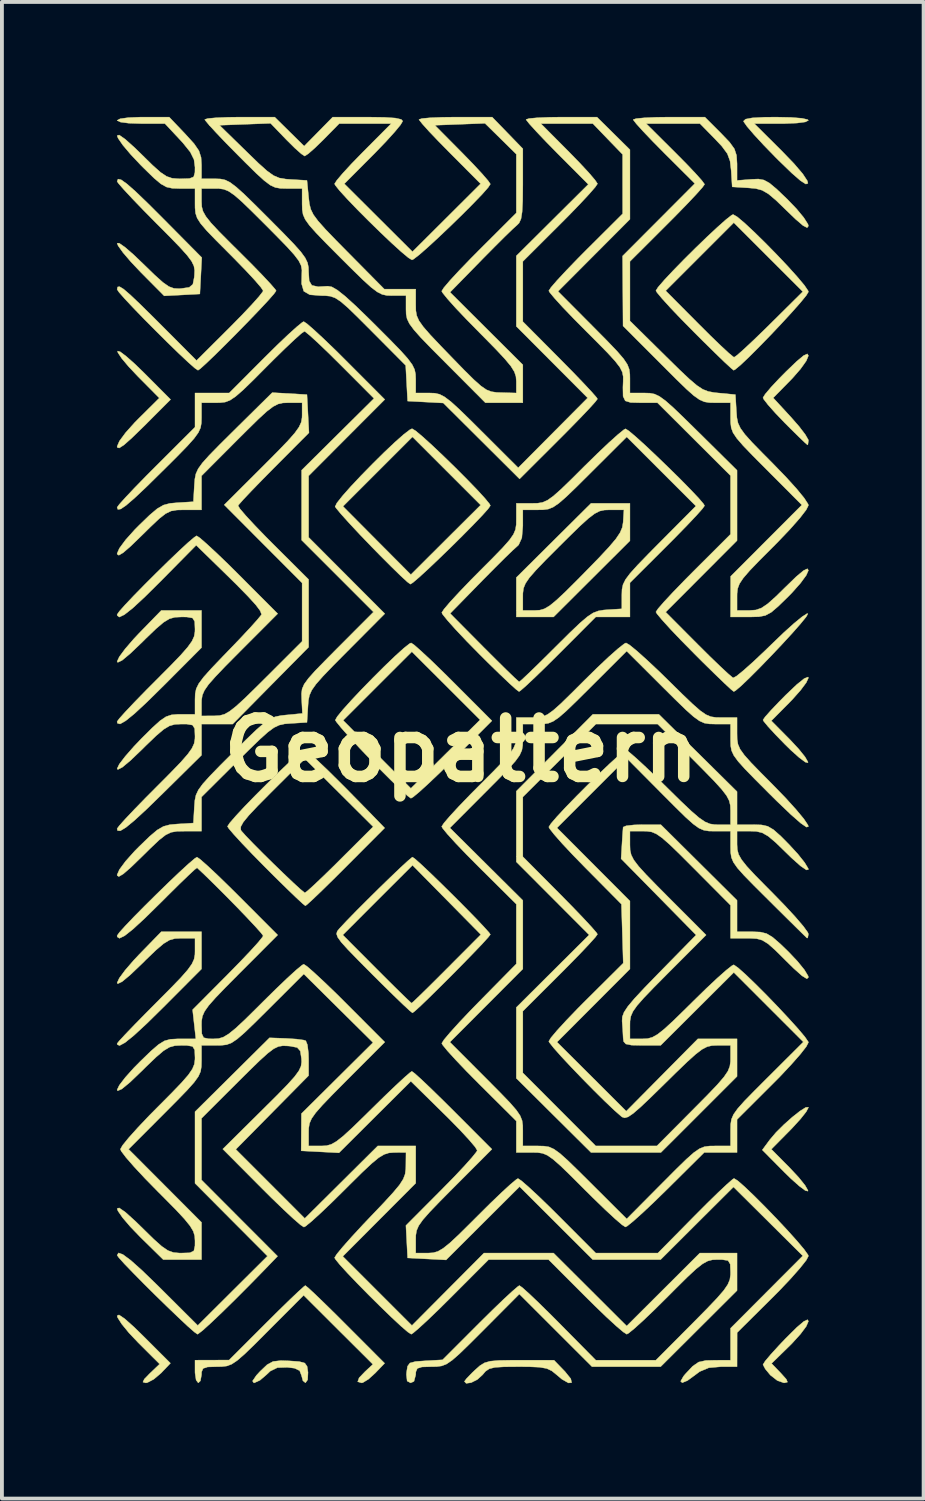
<source format=kicad_pcb>
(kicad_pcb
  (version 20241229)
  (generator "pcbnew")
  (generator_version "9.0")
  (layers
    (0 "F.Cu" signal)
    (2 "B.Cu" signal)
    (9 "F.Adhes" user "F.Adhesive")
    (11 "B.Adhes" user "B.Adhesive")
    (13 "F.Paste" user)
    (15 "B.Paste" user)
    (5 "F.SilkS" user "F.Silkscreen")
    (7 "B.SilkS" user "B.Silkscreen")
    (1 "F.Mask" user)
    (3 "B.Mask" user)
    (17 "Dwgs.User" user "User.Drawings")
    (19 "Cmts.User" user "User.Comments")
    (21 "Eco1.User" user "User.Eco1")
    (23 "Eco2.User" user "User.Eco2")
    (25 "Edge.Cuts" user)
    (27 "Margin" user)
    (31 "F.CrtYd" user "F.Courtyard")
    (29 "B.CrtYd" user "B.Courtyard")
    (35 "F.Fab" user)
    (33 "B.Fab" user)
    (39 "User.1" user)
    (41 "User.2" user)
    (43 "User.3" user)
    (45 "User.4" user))
  (footprint "Geopattern"
    (layer "F.Cu")
    (at 8.98 16.515)
    (property "Reference" "Geopattern" (at 0 0 0) (layer "F.SilkS") (effects (font (size 1.524 1.524) (thickness 0.3))))
    (attr through_hole)
    (fp_poly (pts (xy -8.777 14.836) (xy -8.524 15.062) (xy -8.279 15.302) (xy -7.584 15.997) (xy -7.829 16.254) (xy -8.019 16.415) (xy -8.19 16.504) (xy -8.228 16.51) (xy -8.302 16.489) (xy -8.265 16.41) (xy -8.123 16.264) (xy -7.865 16.018) (xy -8.42 15.465) (xy -8.665 15.206) (xy -8.854 14.975) (xy -8.961 14.807) (xy -8.975 14.76) (xy -8.926 14.736) (xy -8.777 14.836)) (stroke (width 0.01) (type solid)) (fill yes) (layer "F.SilkS"))
    (fp_poly (pts (xy -8.895 -10.389) (xy -8.735 -10.268) (xy -8.507 -10.066) (xy -8.256 -9.822) (xy -7.58 -9.143) (xy -8.277 -8.445) (xy -8.587 -8.144) (xy -8.796 -7.958) (xy -8.92 -7.878) (xy -8.971 -7.894) (xy -8.975 -7.919) (xy -8.915 -8.059) (xy -8.754 -8.277) (xy -8.515 -8.544) (xy -8.424 -8.636) (xy -7.874 -9.182) (xy -8.434 -9.747) (xy -8.674 -10.001) (xy -8.856 -10.218) (xy -8.954 -10.366) (xy -8.963 -10.407) (xy -8.895 -10.389)) (stroke (width 0.01) (type solid)) (fill yes) (layer "F.SilkS"))
    (fp_poly (pts (xy 9.059 9.327) (xy 9.003 9.434) (xy 8.854 9.623) (xy 8.64 9.858) (xy 8.575 9.925) (xy 8.091 10.414) (xy 8.585 10.913) (xy 8.809 11.154) (xy 8.971 11.356) (xy 9.046 11.487) (xy 9.048 11.508) (xy 8.979 11.493) (xy 8.821 11.376) (xy 8.6 11.179) (xy 8.435 11.018) (xy 7.855 10.433) (xy 8.05 10.169) (xy 8.211 9.979) (xy 8.418 9.773) (xy 8.638 9.577) (xy 8.839 9.418) (xy 8.99 9.323) (xy 9.058 9.319) (xy 9.059 9.327)) (stroke (width 0.01) (type solid)) (fill yes) (layer "F.SilkS"))
    (fp_poly (pts (xy -4.488 15.935) (xy -4.221 15.954) (xy -4.079 15.993) (xy -4.019 16.078) (xy -3.995 16.235) (xy -4.005 16.429) (xy -4.061 16.508) (xy -4.128 16.454) (xy -4.164 16.32) (xy -4.213 16.191) (xy -4.346 16.127) (xy -4.532 16.104) (xy -4.794 16.112) (xy -4.98 16.203) (xy -5.076 16.294) (xy -5.248 16.441) (xy -5.397 16.509) (xy -5.408 16.51) (xy -5.442 16.461) (xy -5.342 16.314) (xy -5.246 16.21) (xy -5.063 16.036) (xy -4.907 15.951) (xy -4.705 15.928) (xy -4.488 15.935)) (stroke (width 0.01) (type solid)) (fill yes) (layer "F.SilkS"))
    (fp_poly (pts (xy 9.059 14.902) (xy 9.002 15.035) (xy 8.848 15.241) (xy 8.63 15.481) (xy 8.578 15.533) (xy 8.097 16.003) (xy 8.34 16.256) (xy 8.483 16.416) (xy 8.513 16.489) (xy 8.439 16.508) (xy 8.419 16.509) (xy 8.248 16.449) (xy 8.066 16.307) (xy 8.065 16.306) (xy 7.933 16.146) (xy 7.874 16.034) (xy 7.874 16.031) (xy 7.93 15.942) (xy 8.08 15.764) (xy 8.299 15.524) (xy 8.467 15.348) (xy 8.751 15.066) (xy 8.937 14.907) (xy 9.036 14.861) (xy 9.059 14.902)) (stroke (width 0.01) (type solid)) (fill yes) (layer "F.SilkS"))
    (fp_poly (pts (xy 9.059 -1.882) (xy 9.003 -1.759) (xy 8.852 -1.557) (xy 8.638 -1.316) (xy 8.575 -1.251) (xy 8.091 -0.762) (xy 8.585 -0.263) (xy 8.809 -0.022) (xy 8.971 0.18) (xy 9.046 0.311) (xy 9.048 0.332) (xy 8.979 0.317) (xy 8.822 0.201) (xy 8.601 0.004) (xy 8.445 -0.149) (xy 8.199 -0.402) (xy 8.006 -0.612) (xy 7.893 -0.749) (xy 7.874 -0.784) (xy 7.93 -0.865) (xy 8.082 -1.036) (xy 8.303 -1.268) (xy 8.467 -1.434) (xy 8.752 -1.705) (xy 8.949 -1.864) (xy 9.049 -1.904) (xy 9.059 -1.882)) (stroke (width 0.01) (type solid)) (fill yes) (layer "F.SilkS"))
    (fp_poly (pts (xy 8.606 -16.502) (xy 8.89 -16.479) (xy 9.041 -16.445) (xy 9.059 -16.425) (xy 8.98 -16.384) (xy 8.762 -16.355) (xy 8.435 -16.341) (xy 8.353 -16.341) (xy 7.647 -16.341) (xy 8.361 -15.631) (xy 8.682 -15.298) (xy 8.91 -15.031) (xy 9.031 -14.847) (xy 9.046 -14.782) (xy 8.992 -14.763) (xy 8.854 -14.85) (xy 8.624 -15.05) (xy 8.293 -15.37) (xy 8.191 -15.472) (xy 7.891 -15.781) (xy 7.64 -16.053) (xy 7.459 -16.264) (xy 7.371 -16.389) (xy 7.366 -16.406) (xy 7.42 -16.457) (xy 7.595 -16.49) (xy 7.909 -16.507) (xy 8.213 -16.51) (xy 8.606 -16.502)) (stroke (width 0.01) (type solid)) (fill yes) (layer "F.SilkS"))
    (fp_poly (pts (xy 9.059 -10.287) (xy 9.003 -10.151) (xy 8.853 -9.94) (xy 8.64 -9.696) (xy 8.599 -9.654) (xy 8.14 -9.186) (xy 8.599 -8.688) (xy 8.816 -8.44) (xy 8.977 -8.229) (xy 9.056 -8.092) (xy 9.059 -8.074) (xy 9.045 -7.969) (xy 9.036 -7.959) (xy 8.97 -8.015) (xy 8.813 -8.165) (xy 8.591 -8.384) (xy 8.443 -8.532) (xy 8.197 -8.789) (xy 8.005 -9.005) (xy 7.892 -9.151) (xy 7.874 -9.191) (xy 7.931 -9.283) (xy 8.083 -9.463) (xy 8.305 -9.7) (xy 8.467 -9.864) (xy 8.749 -10.135) (xy 8.932 -10.288) (xy 9.031 -10.334) (xy 9.059 -10.287)) (stroke (width 0.01) (type solid)) (fill yes) (layer "F.SilkS"))
    (fp_poly (pts (xy 2.709 16.214) (xy 2.86 16.402) (xy 2.882 16.504) (xy 2.798 16.511) (xy 2.628 16.414) (xy 2.49 16.298) (xy 2.366 16.197) (xy 2.232 16.134) (xy 2.046 16.101) (xy 1.763 16.088) (xy 1.489 16.087) (xy 1.121 16.09) (xy 0.881 16.105) (xy 0.732 16.142) (xy 0.634 16.209) (xy 0.559 16.298) (xy 0.424 16.421) (xy 0.262 16.503) (xy 0.131 16.522) (xy 0.085 16.472) (xy 0.141 16.396) (xy 0.282 16.25) (xy 0.36 16.176) (xy 0.489 16.061) (xy 0.608 15.987) (xy 0.757 15.944) (xy 0.975 15.924) (xy 1.302 15.918) (xy 1.529 15.918) (xy 2.422 15.917) (xy 2.709 16.214)) (stroke (width 0.01) (type solid)) (fill yes) (layer "F.SilkS"))
    (fp_poly (pts (xy -6.773 5.712) (xy -7.767 6.709) (xy -8.203 7.138) (xy -8.536 7.445) (xy -8.77 7.634) (xy -8.913 7.711) (xy -8.972 7.681) (xy -8.975 7.658) (xy -8.918 7.586) (xy -8.76 7.416) (xy -8.521 7.167) (xy -8.221 6.861) (xy -7.959 6.597) (xy -7.586 6.222) (xy -7.317 5.944) (xy -7.136 5.738) (xy -7.025 5.583) (xy -6.967 5.456) (xy -6.945 5.335) (xy -6.943 5.246) (xy -6.943 4.911) (xy -7.301 4.911) (xy -7.468 4.919) (xy -7.611 4.959) (xy -7.763 5.051) (xy -7.958 5.217) (xy -8.229 5.477) (xy -8.317 5.565) (xy -8.631 5.865) (xy -8.846 6.044) (xy -8.958 6.097) (xy -8.975 6.072) (xy -8.918 5.951) (xy -8.767 5.746) (xy -8.547 5.491) (xy -8.399 5.333) (xy -7.823 4.741) (xy -6.773 4.741) (xy -6.773 5.712)) (stroke (width 0.01) (type solid)) (fill yes) (layer "F.SilkS"))
    (fp_poly (pts (xy -6.773 -2.67) (xy -7.767 -1.673) (xy -8.196 -1.251) (xy -8.521 -0.949) (xy -8.753 -0.761) (xy -8.898 -0.679) (xy -8.967 -0.698) (xy -8.975 -0.742) (xy -8.918 -0.82) (xy -8.759 -0.997) (xy -8.52 -1.25) (xy -8.219 -1.559) (xy -7.959 -1.82) (xy -7.585 -2.196) (xy -7.315 -2.476) (xy -7.134 -2.683) (xy -7.023 -2.838) (xy -6.965 -2.965) (xy -6.945 -3.085) (xy -6.943 -3.153) (xy -6.951 -3.353) (xy -7.007 -3.444) (xy -7.158 -3.47) (xy -7.301 -3.471) (xy -7.468 -3.463) (xy -7.611 -3.423) (xy -7.763 -3.331) (xy -7.958 -3.165) (xy -8.229 -2.905) (xy -8.317 -2.817) (xy -8.631 -2.517) (xy -8.846 -2.338) (xy -8.958 -2.285) (xy -8.975 -2.31) (xy -8.918 -2.431) (xy -8.767 -2.636) (xy -8.547 -2.891) (xy -8.399 -3.049) (xy -7.823 -3.641) (xy -6.773 -3.641) (xy -6.773 -2.67)) (stroke (width 0.01) (type solid)) (fill yes) (layer "F.SilkS"))
    (fp_poly (pts (xy -8.871 -14.876) (xy -8.724 -14.772) (xy -8.497 -14.573) (xy -8.179 -14.267) (xy -7.785 -13.874) (xy -6.766 -12.846) (xy -6.816 -11.896) (xy -7.281 -11.871) (xy -7.747 -11.847) (xy -8.361 -12.466) (xy -8.618 -12.738) (xy -8.822 -12.977) (xy -8.948 -13.153) (xy -8.975 -13.219) (xy -8.92 -13.221) (xy -8.767 -13.114) (xy -8.536 -12.913) (xy -8.296 -12.683) (xy -7.995 -12.391) (xy -7.782 -12.2) (xy -7.625 -12.09) (xy -7.493 -12.042) (xy -7.356 -12.035) (xy -7.301 -12.039) (xy -7.094 -12.069) (xy -6.999 -12.149) (xy -6.963 -12.332) (xy -6.958 -12.391) (xy -6.953 -12.515) (xy -6.972 -12.627) (xy -7.032 -12.75) (xy -7.147 -12.904) (xy -7.336 -13.114) (xy -7.614 -13.401) (xy -7.953 -13.741) (xy -8.289 -14.082) (xy -8.578 -14.382) (xy -8.801 -14.622) (xy -8.939 -14.78) (xy -8.975 -14.833) (xy -8.951 -14.893) (xy -8.871 -14.876)) (stroke (width 0.01) (type solid)) (fill yes) (layer "F.SilkS"))
    (fp_poly (pts (xy -3.993 14.027) (xy -3.822 14.185) (xy -3.574 14.424) (xy -3.268 14.724) (xy -3.008 14.984) (xy -1.996 15.998) (xy -2.242 16.254) (xy -2.42 16.415) (xy -2.567 16.504) (xy -2.598 16.51) (xy -2.699 16.479) (xy -2.662 16.377) (xy -2.506 16.214) (xy -2.302 16.025) (xy -3.206 15.125) (xy -4.109 14.224) (xy -5.038 15.155) (xy -5.39 15.508) (xy -5.649 15.758) (xy -5.839 15.923) (xy -5.985 16.021) (xy -6.112 16.069) (xy -6.245 16.085) (xy -6.37 16.087) (xy -6.614 16.094) (xy -6.732 16.133) (xy -6.771 16.225) (xy -6.773 16.298) (xy -6.802 16.457) (xy -6.858 16.51) (xy -6.914 16.436) (xy -6.942 16.253) (xy -6.943 16.214) (xy -6.943 15.917) (xy -6.054 15.914) (xy -5.082 14.942) (xy -4.753 14.615) (xy -4.465 14.335) (xy -4.241 14.122) (xy -4.101 13.996) (xy -4.065 13.97) (xy -3.993 14.027)) (stroke (width 0.01) (type solid)) (fill yes) (layer "F.SilkS"))
    (fp_poly (pts (xy -1.221 -2.737) (xy -1.041 -2.578) (xy -0.784 -2.339) (xy -0.473 -2.037) (xy -0.212 -1.778) (xy 0.802 -0.762) (xy -0.212 0.254) (xy -0.551 0.589) (xy -0.852 0.875) (xy -1.094 1.095) (xy -1.255 1.228) (xy -1.311 1.259) (xy -1.397 1.197) (xy -1.577 1.034) (xy -1.83 0.79) (xy -2.133 0.487) (xy -2.328 0.287) (xy -2.648 -0.048) (xy -2.924 -0.346) (xy -3.134 -0.584) (xy -3.259 -0.739) (xy -3.278 -0.773) (xy -3.079 -0.773) (xy -1.312 1.001) (xy -0.409 0.107) (xy 0.494 -0.787) (xy -0.396 -1.676) (xy -1.286 -2.565) (xy -3.079 -0.773) (xy -3.278 -0.773) (xy -3.283 -0.782) (xy -3.233 -0.871) (xy -3.085 -1.052) (xy -2.863 -1.299) (xy -2.591 -1.588) (xy -2.294 -1.892) (xy -1.997 -2.188) (xy -1.724 -2.45) (xy -1.5 -2.653) (xy -1.349 -2.773) (xy -1.305 -2.794) (xy -1.221 -2.737)) (stroke (width 0.01) (type solid)) (fill yes) (layer "F.SilkS"))
    (fp_poly (pts (xy 4.403 -5.458) (xy 2.41 -3.471) (xy 1.439 -3.471) (xy 1.439 -4.002) (xy 1.609 -4.002) (xy 1.609 -3.641) (xy 1.927 -3.641) (xy 2.054 -3.649) (xy 2.175 -3.685) (xy 2.313 -3.767) (xy 2.489 -3.912) (xy 2.728 -4.136) (xy 3.051 -4.458) (xy 3.226 -4.636) (xy 3.595 -5.014) (xy 3.859 -5.298) (xy 4.038 -5.509) (xy 4.146 -5.671) (xy 4.203 -5.806) (xy 4.225 -5.937) (xy 4.226 -5.948) (xy 4.246 -6.265) (xy 3.881 -6.265) (xy 3.739 -6.26) (xy 3.614 -6.233) (xy 3.482 -6.166) (xy 3.319 -6.042) (xy 3.101 -5.844) (xy 2.803 -5.553) (xy 2.562 -5.314) (xy 2.204 -4.955) (xy 1.949 -4.689) (xy 1.779 -4.495) (xy 1.678 -4.346) (xy 1.627 -4.22) (xy 1.61 -4.092) (xy 1.609 -4.002) (xy 1.439 -4.002) (xy 1.439 -4.499) (xy 2.413 -5.467) (xy 3.388 -6.435) (xy 4.403 -6.435) (xy 4.403 -5.458)) (stroke (width 0.01) (type solid)) (fill yes) (layer "F.SilkS"))
    (fp_poly (pts (xy -1.186 -8.325) (xy -1.001 -8.17) (xy -0.749 -7.941) (xy -0.457 -7.664) (xy -0.149 -7.364) (xy 0.15 -7.064) (xy 0.415 -6.79) (xy 0.62 -6.566) (xy 0.741 -6.418) (xy 0.762 -6.375) (xy 0.704 -6.291) (xy 0.548 -6.117) (xy 0.317 -5.876) (xy 0.036 -5.591) (xy -0.27 -5.288) (xy -0.578 -4.99) (xy -0.862 -4.72) (xy -1.098 -4.504) (xy -1.261 -4.365) (xy -1.326 -4.326) (xy -1.406 -4.386) (xy -1.582 -4.548) (xy -1.831 -4.791) (xy -2.132 -5.093) (xy -2.325 -5.29) (xy -2.646 -5.624) (xy -2.923 -5.921) (xy -3.135 -6.157) (xy -3.262 -6.31) (xy -3.288 -6.35) (xy -3.285 -6.356) (xy -3.083 -6.356) (xy -2.198 -5.465) (xy -1.312 -4.575) (xy -0.402 -5.483) (xy 0.509 -6.39) (xy -0.381 -7.28) (xy -1.27 -8.169) (xy -3.083 -6.356) (xy -3.285 -6.356) (xy -3.243 -6.443) (xy -3.098 -6.626) (xy -2.878 -6.875) (xy -2.606 -7.164) (xy -2.307 -7.469) (xy -2.007 -7.766) (xy -1.728 -8.03) (xy -1.496 -8.235) (xy -1.334 -8.358) (xy -1.28 -8.382) (xy -1.186 -8.325)) (stroke (width 0.01) (type solid)) (fill yes) (layer "F.SilkS"))
    (fp_poly (pts (xy 7.198 -13.911) (xy 7.389 -13.751) (xy 7.641 -13.516) (xy 7.931 -13.232) (xy 8.232 -12.925) (xy 8.52 -12.62) (xy 8.769 -12.343) (xy 8.955 -12.121) (xy 9.051 -11.979) (xy 9.059 -11.951) (xy 9.003 -11.858) (xy 8.851 -11.672) (xy 8.627 -11.419) (xy 8.356 -11.124) (xy 8.062 -10.813) (xy 7.77 -10.513) (xy 7.504 -10.247) (xy 7.288 -10.043) (xy 7.146 -9.925) (xy 7.109 -9.906) (xy 7.039 -9.963) (xy 6.869 -10.12) (xy 6.622 -10.359) (xy 6.318 -10.658) (xy 6.074 -10.902) (xy 5.742 -11.239) (xy 5.458 -11.537) (xy 5.241 -11.776) (xy 5.11 -11.933) (xy 5.082 -11.98) (xy 5.335 -11.98) (xy 6.197 -11.113) (xy 6.507 -10.804) (xy 6.777 -10.544) (xy 6.983 -10.353) (xy 7.103 -10.254) (xy 7.121 -10.245) (xy 7.201 -10.301) (xy 7.377 -10.457) (xy 7.626 -10.69) (xy 7.925 -10.979) (xy 8.049 -11.101) (xy 8.913 -11.957) (xy 8.012 -12.857) (xy 7.112 -13.757) (xy 6.224 -12.869) (xy 5.335 -11.98) (xy 5.082 -11.98) (xy 5.08 -11.983) (xy 5.138 -12.075) (xy 5.296 -12.257) (xy 5.527 -12.504) (xy 5.807 -12.791) (xy 6.111 -13.093) (xy 6.413 -13.385) (xy 6.689 -13.642) (xy 6.912 -13.84) (xy 7.057 -13.953) (xy 7.095 -13.97) (xy 7.198 -13.911)) (stroke (width 0.01) (type solid)) (fill yes) (layer "F.SilkS"))
    (fp_poly (pts (xy -3.993 0.06) (xy -3.782 0.241) (xy -3.462 0.545) (xy -3.032 0.972) (xy -2.49 1.524) (xy -2.373 1.644) (xy -1.995 2.034) (xy -3.007 3.049) (xy -3.343 3.384) (xy -3.637 3.672) (xy -3.869 3.894) (xy -4.018 4.03) (xy -4.064 4.064) (xy -4.136 4.007) (xy -4.306 3.849) (xy -4.553 3.611) (xy -4.858 3.312) (xy -5.102 3.068) (xy -5.433 2.732) (xy -5.718 2.434) (xy -5.935 2.197) (xy -6.034 2.081) (xy -5.751 2.081) (xy -5.733 2.111) (xy -5.62 2.238) (xy -5.426 2.439) (xy -5.178 2.689) (xy -4.904 2.959) (xy -4.63 3.224) (xy -4.385 3.457) (xy -4.195 3.631) (xy -4.088 3.719) (xy -4.076 3.725) (xy -4.001 3.669) (xy -3.829 3.513) (xy -3.584 3.28) (xy -3.287 2.99) (xy -3.16 2.863) (xy -2.295 2.001) (xy -3.186 1.115) (xy -4.077 0.228) (xy -4.956 1.104) (xy -5.302 1.453) (xy -5.54 1.706) (xy -5.684 1.882) (xy -5.749 2.001) (xy -5.751 2.081) (xy -6.034 2.081) (xy -6.066 2.042) (xy -6.096 1.993) (xy -6.038 1.904) (xy -5.882 1.724) (xy -5.653 1.477) (xy -5.375 1.191) (xy -5.073 0.888) (xy -4.773 0.594) (xy -4.501 0.335) (xy -4.279 0.135) (xy -4.135 0.019) (xy -4.097 0) (xy -3.993 0.06)) (stroke (width 0.01) (type solid)) (fill yes) (layer "F.SilkS"))
    (fp_poly (pts (xy -1.191 2.851) (xy -1.02 3.005) (xy -0.78 3.232) (xy -0.496 3.508) (xy -0.193 3.807) (xy 0.106 4.107) (xy 0.375 4.382) (xy 0.589 4.608) (xy 0.726 4.76) (xy 0.762 4.813) (xy 0.705 4.887) (xy 0.552 5.056) (xy 0.325 5.293) (xy 0.05 5.576) (xy -0.25 5.88) (xy -0.551 6.18) (xy -0.827 6.452) (xy -1.055 6.672) (xy -1.212 6.815) (xy -1.27 6.858) (xy -1.342 6.801) (xy -1.512 6.643) (xy -1.76 6.404) (xy -2.066 6.104) (xy -2.325 5.846) (xy -2.693 5.475) (xy -2.955 5.205) (xy -3.127 5.015) (xy -3.22 4.886) (xy -3.241 4.825) (xy -3.088 4.825) (xy -2.202 5.714) (xy -1.89 6.026) (xy -1.623 6.29) (xy -1.422 6.485) (xy -1.309 6.591) (xy -1.292 6.604) (xy -1.227 6.547) (xy -1.065 6.391) (xy -0.826 6.157) (xy -0.532 5.864) (xy -0.378 5.71) (xy 0.514 4.815) (xy -1.269 3.006) (xy -2.179 3.915) (xy -3.088 4.825) (xy -3.241 4.825) (xy -3.251 4.797) (xy -3.233 4.729) (xy -3.18 4.662) (xy -3.177 4.659) (xy -2.986 4.455) (xy -2.733 4.195) (xy -2.441 3.903) (xy -2.137 3.602) (xy -1.844 3.318) (xy -1.588 3.073) (xy -1.392 2.893) (xy -1.282 2.801) (xy -1.269 2.794) (xy -1.191 2.851)) (stroke (width 0.01) (type solid)) (fill yes) (layer "F.SilkS"))
    (fp_poly (pts (xy 4.376 -8.323) (xy 4.557 -8.17) (xy 4.806 -7.945) (xy 5.097 -7.67) (xy 5.406 -7.372) (xy 5.709 -7.074) (xy 5.978 -6.8) (xy 6.191 -6.575) (xy 6.321 -6.423) (xy 6.35 -6.373) (xy 6.293 -6.293) (xy 6.135 -6.116) (xy 5.897 -5.864) (xy 5.598 -5.557) (xy 5.376 -5.334) (xy 4.403 -4.363) (xy 4.403 -3.471) (xy 3.511 -3.471) (xy 2.54 -2.498) (xy 2.21 -2.17) (xy 1.921 -1.89) (xy 1.693 -1.676) (xy 1.549 -1.55) (xy 1.51 -1.524) (xy 1.433 -1.581) (xy 1.259 -1.738) (xy 1.008 -1.977) (xy 0.702 -2.275) (xy 0.472 -2.504) (xy 0.143 -2.839) (xy -0.139 -3.138) (xy -0.353 -3.377) (xy -0.48 -3.534) (xy -0.494 -3.562) (xy -0.287 -3.562) (xy 0.597 -2.67) (xy 0.91 -2.358) (xy 1.178 -2.093) (xy 1.381 -1.897) (xy 1.497 -1.791) (xy 1.515 -1.778) (xy 1.584 -1.835) (xy 1.75 -1.991) (xy 1.994 -2.227) (xy 2.292 -2.521) (xy 2.477 -2.705) (xy 2.833 -3.058) (xy 3.096 -3.309) (xy 3.29 -3.475) (xy 3.442 -3.576) (xy 3.577 -3.628) (xy 3.72 -3.652) (xy 3.798 -3.658) (xy 4.191 -3.683) (xy 4.191 -4.051) (xy 4.196 -4.193) (xy 4.223 -4.318) (xy 4.288 -4.449) (xy 4.409 -4.61) (xy 4.604 -4.826) (xy 4.889 -5.12) (xy 5.157 -5.391) (xy 6.124 -6.364) (xy 5.221 -7.266) (xy 4.319 -8.168) (xy 3.365 -7.217) (xy 3.006 -6.86) (xy 2.742 -6.606) (xy 2.548 -6.437) (xy 2.4 -6.336) (xy 2.273 -6.285) (xy 2.142 -6.267) (xy 2.01 -6.265) (xy 1.609 -6.265) (xy 1.609 -5.847) (xy 1.583 -5.535) (xy 1.5 -5.351) (xy 1.46 -5.313) (xy 1.348 -5.212) (xy 1.144 -5.015) (xy 0.877 -4.749) (xy 0.573 -4.442) (xy 0.513 -4.38) (xy -0.287 -3.562) (xy -0.494 -3.562) (xy -0.506 -3.584) (xy -0.447 -3.675) (xy -0.289 -3.861) (xy -0.049 -4.121) (xy 0.25 -4.433) (xy 0.468 -4.653) (xy 0.829 -5.015) (xy 1.087 -5.281) (xy 1.26 -5.477) (xy 1.364 -5.626) (xy 1.417 -5.752) (xy 1.437 -5.882) (xy 1.439 -6.029) (xy 1.439 -6.435) (xy 1.842 -6.435) (xy 1.995 -6.438) (xy 2.123 -6.459) (xy 2.251 -6.515) (xy 2.403 -6.623) (xy 2.603 -6.8) (xy 2.876 -7.064) (xy 3.218 -7.405) (xy 3.552 -7.732) (xy 3.848 -8.013) (xy 4.086 -8.227) (xy 4.241 -8.353) (xy 4.288 -8.379) (xy 4.376 -8.323)) (stroke (width 0.01) (type solid)) (fill yes) (layer "F.SilkS"))
    (fp_poly (pts (xy -4.021 -11.119) (xy -3.838 -10.96) (xy -3.579 -10.72) (xy -3.266 -10.419) (xy -3.006 -10.16) (xy -1.992 -9.144) (xy -2.986 -8.148) (xy -3.979 -7.152) (xy -3.979 -5.548) (xy -1.992 -3.556) (xy -2.982 -2.561) (xy -3.347 -2.193) (xy -3.609 -1.92) (xy -3.787 -1.718) (xy -3.897 -1.562) (xy -3.957 -1.428) (xy -3.985 -1.293) (xy -3.996 -1.143) (xy -4.022 -0.72) (xy -4.445 -0.694) (xy -4.608 -0.681) (xy -4.745 -0.65) (xy -4.882 -0.585) (xy -5.043 -0.467) (xy -5.253 -0.278) (xy -5.539 -0.001) (xy -5.821 0.278) (xy -6.773 1.225) (xy -6.773 2.117) (xy -7.216 2.117) (xy -7.414 2.121) (xy -7.567 2.147) (xy -7.71 2.216) (xy -7.879 2.348) (xy -8.109 2.566) (xy -8.317 2.771) (xy -8.615 3.06) (xy -8.815 3.234) (xy -8.93 3.302) (xy -8.973 3.274) (xy -8.975 3.255) (xy -8.915 3.119) (xy -8.754 2.901) (xy -8.515 2.634) (xy -8.403 2.521) (xy -8.128 2.255) (xy -7.929 2.087) (xy -7.766 1.993) (xy -7.598 1.948) (xy -7.408 1.931) (xy -6.985 1.905) (xy -6.96 1.476) (xy -6.947 1.313) (xy -6.918 1.176) (xy -6.855 1.041) (xy -6.74 0.884) (xy -6.555 0.678) (xy -6.284 0.399) (xy -5.973 0.089) (xy -5.611 -0.27) (xy -5.343 -0.527) (xy -5.144 -0.7) (xy -4.987 -0.808) (xy -4.849 -0.868) (xy -4.703 -0.898) (xy -4.577 -0.912) (xy -4.142 -0.954) (xy -4.161 -1.327) (xy -4.165 -1.471) (xy -4.149 -1.593) (xy -4.095 -1.717) (xy -3.986 -1.867) (xy -3.806 -2.069) (xy -3.537 -2.345) (xy -3.234 -2.651) (xy -2.287 -3.6) (xy -3.224 -4.538) (xy -4.162 -5.475) (xy -4.162 -7.299) (xy -3.218 -8.235) (xy -2.273 -9.171) (xy -3.146 -10.046) (xy -3.459 -10.356) (xy -3.733 -10.618) (xy -3.943 -10.81) (xy -4.068 -10.912) (xy -4.089 -10.922) (xy -4.171 -10.865) (xy -4.348 -10.707) (xy -4.599 -10.47) (xy -4.902 -10.173) (xy -5.084 -9.991) (xy -5.436 -9.637) (xy -5.694 -9.387) (xy -5.884 -9.222) (xy -6.029 -9.124) (xy -6.156 -9.076) (xy -6.288 -9.061) (xy -6.39 -9.059) (xy -6.773 -9.059) (xy -6.773 -8.674) (xy -6.777 -8.529) (xy -6.799 -8.405) (xy -6.857 -8.279) (xy -6.967 -8.127) (xy -7.147 -7.926) (xy -7.413 -7.653) (xy -7.782 -7.285) (xy -7.791 -7.277) (xy -8.206 -6.868) (xy -8.518 -6.574) (xy -8.739 -6.383) (xy -8.88 -6.287) (xy -8.955 -6.275) (xy -8.975 -6.33) (xy -8.918 -6.408) (xy -8.759 -6.585) (xy -8.52 -6.838) (xy -8.219 -7.147) (xy -7.959 -7.408) (xy -6.943 -8.422) (xy -6.943 -8.868) (xy -6.943 -9.313) (xy -6.051 -9.313) (xy -5.122 -10.245) (xy -4.798 -10.565) (xy -4.511 -10.838) (xy -4.285 -11.042) (xy -4.142 -11.158) (xy -4.106 -11.176) (xy -4.021 -11.119)) (stroke (width 0.01) (type solid)) (fill yes) (layer "F.SilkS"))
    (fp_poly (pts (xy 6.777 -16.091) (xy 7.001 -15.857) (xy 7.127 -15.683) (xy 7.183 -15.513) (xy 7.197 -15.295) (xy 7.197 -15.265) (xy 7.197 -14.858) (xy 7.569 -14.887) (xy 7.752 -14.895) (xy 7.897 -14.869) (xy 8.043 -14.789) (xy 8.231 -14.632) (xy 8.498 -14.377) (xy 8.501 -14.375) (xy 8.748 -14.118) (xy 8.939 -13.887) (xy 9.046 -13.718) (xy 9.059 -13.671) (xy 9.026 -13.625) (xy 8.919 -13.68) (xy 8.724 -13.847) (xy 8.488 -14.074) (xy 8.213 -14.34) (xy 8.014 -14.508) (xy 7.851 -14.602) (xy 7.683 -14.647) (xy 7.493 -14.664) (xy 7.07 -14.69) (xy 7.044 -15.113) (xy 7.015 -15.363) (xy 6.944 -15.556) (xy 6.799 -15.752) (xy 6.624 -15.938) (xy 6.229 -16.341) (xy 4.826 -16.341) (xy 5.588 -15.583) (xy 5.876 -15.292) (xy 6.114 -15.041) (xy 6.28 -14.855) (xy 6.349 -14.76) (xy 6.35 -14.756) (xy 6.293 -14.676) (xy 6.135 -14.499) (xy 5.897 -14.246) (xy 5.598 -13.939) (xy 5.376 -13.716) (xy 4.403 -12.745) (xy 4.403 -11.194) (xy 5.334 -10.275) (xy 5.69 -9.925) (xy 5.953 -9.677) (xy 6.148 -9.511) (xy 6.303 -9.409) (xy 6.444 -9.354) (xy 6.597 -9.325) (xy 6.71 -9.313) (xy 7.154 -9.271) (xy 7.18 -8.837) (xy 7.193 -8.668) (xy 7.222 -8.529) (xy 7.286 -8.393) (xy 7.402 -8.233) (xy 7.589 -8.025) (xy 7.864 -7.743) (xy 8.132 -7.473) (xy 8.472 -7.122) (xy 8.75 -6.815) (xy 8.949 -6.572) (xy 9.05 -6.415) (xy 9.059 -6.382) (xy 9 -6.264) (xy 8.836 -6.051) (xy 8.584 -5.765) (xy 8.263 -5.428) (xy 8.128 -5.292) (xy 7.774 -4.937) (xy 7.523 -4.676) (xy 7.358 -4.484) (xy 7.261 -4.338) (xy 7.213 -4.211) (xy 7.198 -4.081) (xy 7.197 -4.002) (xy 7.197 -3.641) (xy 7.523 -3.641) (xy 7.686 -3.653) (xy 7.834 -3.704) (xy 8 -3.817) (xy 8.219 -4.013) (xy 8.454 -4.244) (xy 8.742 -4.523) (xy 8.931 -4.681) (xy 9.033 -4.729) (xy 9.059 -4.686) (xy 9.002 -4.557) (xy 8.849 -4.349) (xy 8.628 -4.1) (xy 8.528 -3.998) (xy 8.27 -3.747) (xy 8.087 -3.591) (xy 7.934 -3.509) (xy 7.767 -3.477) (xy 7.539 -3.471) (xy 7.512 -3.471) (xy 7.027 -3.471) (xy 7.029 -4) (xy 7.03 -4.53) (xy 7.959 -5.461) (xy 8.888 -6.392) (xy 7.958 -7.325) (xy 7.606 -7.679) (xy 7.356 -7.939) (xy 7.191 -8.13) (xy 7.093 -8.276) (xy 7.045 -8.404) (xy 7.029 -8.537) (xy 7.027 -8.658) (xy 7.027 -9.059) (xy 6.624 -9.059) (xy 6.473 -9.062) (xy 6.346 -9.083) (xy 6.22 -9.137) (xy 6.071 -9.242) (xy 5.875 -9.416) (xy 5.608 -9.675) (xy 5.247 -10.036) (xy 5.222 -10.061) (xy 4.223 -11.062) (xy 4.211 -12.887) (xy 5.154 -13.832) (xy 6.096 -14.777) (xy 5.292 -15.578) (xy 4.996 -15.878) (xy 4.749 -16.137) (xy 4.573 -16.331) (xy 4.491 -16.436) (xy 4.487 -16.445) (xy 4.566 -16.471) (xy 4.78 -16.492) (xy 5.096 -16.506) (xy 5.423 -16.51) (xy 6.358 -16.51) (xy 6.777 -16.091)) (stroke (width 0.01) (type solid)) (fill yes) (layer "F.SilkS"))
    (fp_poly (pts (xy -4.022 -9.271) (xy -3.97 -8.276) (xy -4.884 -7.358) (xy -5.202 -7.035) (xy -5.475 -6.754) (xy -5.682 -6.535) (xy -5.8 -6.401) (xy -5.82 -6.373) (xy -5.771 -6.293) (xy -5.621 -6.117) (xy -5.389 -5.866) (xy -5.097 -5.564) (xy -4.911 -5.377) (xy -3.979 -4.448) (xy -3.979 -2.683) (xy -4.97 -1.68) (xy -5.96 -0.677) (xy -6.773 -0.677) (xy -6.773 0.136) (xy -7.776 1.126) (xy -8.2 1.539) (xy -8.521 1.835) (xy -8.748 2.022) (xy -8.892 2.108) (xy -8.963 2.102) (xy -8.975 2.052) (xy -8.918 1.974) (xy -8.759 1.797) (xy -8.52 1.544) (xy -8.219 1.235) (xy -7.959 0.974) (xy -7.585 0.598) (xy -7.315 0.318) (xy -7.134 0.111) (xy -7.023 -0.044) (xy -6.965 -0.171) (xy -6.945 -0.291) (xy -6.943 -0.359) (xy -6.951 -0.559) (xy -7.007 -0.65) (xy -7.158 -0.676) (xy -7.301 -0.677) (xy -7.468 -0.669) (xy -7.611 -0.629) (xy -7.763 -0.537) (xy -7.958 -0.371) (xy -8.229 -0.111) (xy -8.317 -0.023) (xy -8.624 0.271) (xy -8.84 0.451) (xy -8.956 0.51) (xy -8.975 0.487) (xy -8.918 0.369) (xy -8.764 0.167) (xy -8.539 -0.09) (xy -8.344 -0.295) (xy -8.058 -0.579) (xy -7.855 -0.763) (xy -7.699 -0.869) (xy -7.556 -0.917) (xy -7.392 -0.931) (xy -7.328 -0.931) (xy -6.943 -0.931) (xy -6.943 -1.313) (xy -6.938 -1.466) (xy -6.911 -1.598) (xy -6.844 -1.734) (xy -6.719 -1.901) (xy -6.518 -2.126) (xy -6.224 -2.434) (xy -6.075 -2.588) (xy -5.769 -2.906) (xy -5.51 -3.183) (xy -5.32 -3.395) (xy -5.218 -3.519) (xy -5.207 -3.54) (xy -5.242 -3.631) (xy -5.355 -3.783) (xy -5.56 -4.008) (xy -5.868 -4.322) (xy -6.191 -4.639) (xy -6.912 -5.342) (xy -7.835 -4.407) (xy -8.253 -3.993) (xy -8.567 -3.702) (xy -8.787 -3.529) (xy -8.92 -3.467) (xy -8.973 -3.511) (xy -8.975 -3.534) (xy -8.917 -3.617) (xy -8.761 -3.793) (xy -8.53 -4.036) (xy -8.25 -4.322) (xy -7.944 -4.627) (xy -7.638 -4.927) (xy -7.356 -5.197) (xy -7.122 -5.413) (xy -6.96 -5.55) (xy -6.9 -5.588) (xy -6.814 -5.531) (xy -6.632 -5.372) (xy -6.373 -5.132) (xy -6.06 -4.831) (xy -5.8 -4.572) (xy -4.786 -3.556) (xy -5.78 -2.56) (xy -6.148 -2.189) (xy -6.411 -1.913) (xy -6.589 -1.711) (xy -6.696 -1.557) (xy -6.751 -1.431) (xy -6.771 -1.308) (xy -6.773 -1.226) (xy -6.773 -0.889) (xy -6.434 -0.891) (xy -6.3 -0.899) (xy -6.176 -0.932) (xy -6.04 -1.009) (xy -5.867 -1.145) (xy -5.634 -1.359) (xy -5.318 -1.668) (xy -5.122 -1.863) (xy -4.149 -2.834) (xy -4.149 -4.358) (xy -5.165 -5.376) (xy -6.181 -6.395) (xy -5.165 -7.408) (xy -4.791 -7.784) (xy -4.521 -8.064) (xy -4.34 -8.27) (xy -4.229 -8.426) (xy -4.171 -8.553) (xy -4.151 -8.673) (xy -4.149 -8.741) (xy -4.149 -9.059) (xy -4.51 -9.059) (xy -4.651 -9.054) (xy -4.776 -9.026) (xy -4.907 -8.958) (xy -5.071 -8.833) (xy -5.29 -8.632) (xy -5.588 -8.339) (xy -5.822 -8.106) (xy -6.773 -7.152) (xy -6.773 -6.265) (xy -7.216 -6.265) (xy -7.414 -6.261) (xy -7.567 -6.235) (xy -7.71 -6.166) (xy -7.879 -6.034) (xy -8.109 -5.816) (xy -8.317 -5.611) (xy -8.615 -5.322) (xy -8.815 -5.148) (xy -8.93 -5.08) (xy -8.973 -5.108) (xy -8.975 -5.127) (xy -8.915 -5.263) (xy -8.754 -5.481) (xy -8.515 -5.748) (xy -8.403 -5.861) (xy -8.128 -6.127) (xy -7.929 -6.295) (xy -7.766 -6.389) (xy -7.598 -6.434) (xy -7.408 -6.451) (xy -6.985 -6.477) (xy -6.96 -6.909) (xy -6.947 -7.071) (xy -6.92 -7.205) (xy -6.86 -7.337) (xy -6.749 -7.491) (xy -6.571 -7.689) (xy -6.308 -7.958) (xy -5.942 -8.321) (xy -5.931 -8.332) (xy -4.928 -9.323) (xy -4.022 -9.271)) (stroke (width 0.01) (type solid)) (fill yes) (layer "F.SilkS"))
    (fp_poly (pts (xy 6.177 0.077) (xy 7.197 1.086) (xy 7.197 1.947) (xy 7.622 1.947) (xy 7.836 1.954) (xy 7.997 1.99) (xy 8.15 2.08) (xy 8.34 2.249) (xy 8.553 2.464) (xy 8.785 2.716) (xy 8.96 2.936) (xy 9.052 3.088) (xy 9.059 3.118) (xy 9.006 3.129) (xy 8.853 3.024) (xy 8.617 2.814) (xy 8.486 2.686) (xy 8.21 2.418) (xy 8.012 2.25) (xy 7.856 2.16) (xy 7.703 2.123) (xy 7.554 2.117) (xy 7.197 2.117) (xy 7.197 2.459) (xy 7.204 2.596) (xy 7.236 2.721) (xy 7.312 2.857) (xy 7.448 3.03) (xy 7.664 3.263) (xy 7.976 3.58) (xy 8.128 3.733) (xy 8.449 4.063) (xy 8.722 4.359) (xy 8.927 4.599) (xy 9.042 4.758) (xy 9.059 4.802) (xy 9.04 4.902) (xy 9.02 4.904) (xy 8.949 4.835) (xy 8.779 4.668) (xy 8.531 4.423) (xy 8.226 4.121) (xy 8.004 3.9) (xy 7.641 3.539) (xy 7.382 3.274) (xy 7.208 3.079) (xy 7.103 2.93) (xy 7.05 2.804) (xy 7.03 2.675) (xy 7.027 2.524) (xy 7.027 2.117) (xy 6.617 2.117) (xy 6.461 2.114) (xy 6.331 2.093) (xy 6.203 2.038) (xy 6.053 1.93) (xy 5.855 1.753) (xy 5.585 1.488) (xy 5.263 1.165) (xy 4.318 0.213) (xy 3.409 1.122) (xy 2.5 2.031) (xy 4.403 3.94) (xy 4.403 5.712) (xy 3.452 6.666) (xy 2.5 7.62) (xy 3.404 8.521) (xy 4.307 9.423) (xy 5.241 8.479) (xy 6.175 7.535) (xy 7.197 7.535) (xy 7.197 8.514) (xy 6.204 9.507) (xy 5.211 10.499) (xy 3.388 10.499) (xy 2.413 9.531) (xy 1.439 8.563) (xy 1.439 6.715) (xy 3.339 4.823) (xy 1.439 2.918) (xy 1.439 1.225) (xy 1.609 1.225) (xy 1.609 2.783) (xy 2.582 3.762) (xy 2.909 4.095) (xy 3.189 4.387) (xy 3.403 4.618) (xy 3.53 4.765) (xy 3.556 4.806) (xy 3.499 4.885) (xy 3.341 5.061) (xy 3.103 5.313) (xy 2.804 5.619) (xy 2.582 5.842) (xy 1.609 6.813) (xy 1.609 8.422) (xy 3.511 10.329) (xy 5.105 10.329) (xy 6.066 9.363) (xy 6.427 8.998) (xy 6.684 8.729) (xy 6.855 8.53) (xy 6.957 8.38) (xy 7.008 8.253) (xy 7.026 8.127) (xy 7.027 8.051) (xy 7.027 7.705) (xy 6.675 7.705) (xy 6.539 7.711) (xy 6.416 7.74) (xy 6.283 7.809) (xy 6.117 7.936) (xy 5.894 8.137) (xy 5.591 8.429) (xy 5.324 8.692) (xy 4.952 9.056) (xy 4.68 9.314) (xy 4.487 9.481) (xy 4.356 9.57) (xy 4.266 9.596) (xy 4.199 9.574) (xy 4.179 9.559) (xy 3.992 9.395) (xy 3.742 9.157) (xy 3.455 8.873) (xy 3.154 8.567) (xy 2.864 8.265) (xy 2.609 7.992) (xy 2.414 7.772) (xy 2.303 7.632) (xy 2.286 7.599) (xy 2.343 7.505) (xy 2.502 7.316) (xy 2.742 7.054) (xy 3.042 6.742) (xy 3.257 6.526) (xy 4.228 5.561) (xy 4.205 4.791) (xy 4.181 4.022) (xy 3.234 3.066) (xy 2.911 2.735) (xy 2.635 2.44) (xy 2.427 2.204) (xy 2.307 2.051) (xy 2.286 2.008) (xy 2.344 1.918) (xy 2.5 1.737) (xy 2.73 1.49) (xy 3.009 1.203) (xy 3.312 0.899) (xy 3.614 0.604) (xy 3.889 0.343) (xy 4.113 0.14) (xy 4.261 0.021) (xy 4.303 -0.000001) (xy 4.385 0.057) (xy 4.566 0.213) (xy 4.822 0.45) (xy 5.133 0.748) (xy 5.364 0.974) (xy 5.733 1.337) (xy 6.007 1.596) (xy 6.209 1.77) (xy 6.362 1.874) (xy 6.489 1.927) (xy 6.614 1.946) (xy 6.688 1.947) (xy 7.027 1.947) (xy 7.027 1.589) (xy 7.022 1.448) (xy 6.993 1.324) (xy 6.924 1.191) (xy 6.797 1.026) (xy 6.595 0.804) (xy 6.3 0.502) (xy 6.076 0.276) (xy 5.125 -0.677) (xy 3.516 -0.677) (xy 2.562 0.274) (xy 1.609 1.225) (xy 1.439 1.225) (xy 1.439 1.074) (xy 3.436 -0.931) (xy 5.157 -0.931) (xy 6.177 0.077)) (stroke (width 0.01) (type solid)) (fill yes) (layer "F.SilkS"))
    (fp_poly (pts (xy -4.479 -16.131) (xy -4.095 -15.753) (xy -3.723 -16.131) (xy -3.351 -16.51) (xy -2.438 -16.51) (xy -2.001 -16.504) (xy -1.716 -16.485) (xy -1.563 -16.45) (xy -1.524 -16.406) (xy -1.581 -16.309) (xy -1.736 -16.121) (xy -1.967 -15.866) (xy -2.25 -15.572) (xy -2.286 -15.536) (xy -3.048 -14.771) (xy -1.27 -12.999) (xy -0.381 -13.885) (xy 0.508 -14.771) (xy -0.296 -15.579) (xy -0.592 -15.88) (xy -0.839 -16.139) (xy -1.014 -16.334) (xy -1.097 -16.439) (xy -1.101 -16.448) (xy -1.022 -16.473) (xy -0.807 -16.493) (xy -0.491 -16.506) (xy -0.146 -16.51) (xy 0.809 -16.51) (xy 1.209 -16.098) (xy 1.609 -15.685) (xy 1.609 -14.748) (xy 1.605 -14.324) (xy 1.59 -14.037) (xy 1.561 -13.855) (xy 1.511 -13.747) (xy 1.46 -13.695) (xy 1.348 -13.594) (xy 1.144 -13.397) (xy 0.877 -13.131) (xy 0.573 -12.824) (xy 0.511 -12.76) (xy -0.29 -11.941) (xy 0.659 -10.995) (xy 1.609 -10.049) (xy 1.609 -9.059) (xy 0.632 -9.059) (xy -0.403 -10.098) (xy -0.779 -10.476) (xy -1.051 -10.757) (xy -1.235 -10.965) (xy -1.35 -11.121) (xy -1.411 -11.249) (xy -1.435 -11.37) (xy -1.439 -11.495) (xy -1.439 -11.853) (xy -1.8 -11.853) (xy -1.939 -11.858) (xy -2.061 -11.885) (xy -2.191 -11.951) (xy -2.352 -12.073) (xy -2.566 -12.268) (xy -2.858 -12.553) (xy -3.155 -12.849) (xy -3.521 -13.217) (xy -3.783 -13.489) (xy -3.96 -13.688) (xy -4.068 -13.84) (xy -4.124 -13.967) (xy -4.145 -14.093) (xy -4.149 -14.243) (xy -4.149 -14.647) (xy -4.552 -14.647) (xy -4.713 -14.651) (xy -4.847 -14.674) (xy -4.979 -14.735) (xy -5.136 -14.853) (xy -5.346 -15.044) (xy -5.634 -15.328) (xy -5.822 -15.517) (xy -6.13 -15.829) (xy -6.389 -16.101) (xy -6.57 -16.298) (xy -6.304 -16.298) (xy -5.593 -15.604) (xy -5.286 -15.306) (xy -5.064 -15.107) (xy -4.895 -14.986) (xy -4.746 -14.922) (xy -4.582 -14.894) (xy -4.452 -14.884) (xy -4.022 -14.859) (xy -3.979 -14.418) (xy -3.959 -14.249) (xy -3.924 -14.107) (xy -3.855 -13.966) (xy -3.734 -13.802) (xy -3.544 -13.588) (xy -3.267 -13.3) (xy -2.971 -13) (xy -2.005 -12.023) (xy -1.185 -12.023) (xy -1.185 -11.619) (xy -1.182 -11.462) (xy -1.159 -11.33) (xy -1.1 -11.198) (xy -0.987 -11.039) (xy -0.804 -10.829) (xy -0.532 -10.541) (xy -0.275 -10.275) (xy 0.072 -9.918) (xy 0.327 -9.665) (xy 0.514 -9.498) (xy 0.659 -9.398) (xy 0.787 -9.348) (xy 0.923 -9.328) (xy 1.037 -9.324) (xy 1.439 -9.313) (xy 1.439 -9.619) (xy 1.429 -9.744) (xy 1.388 -9.867) (xy 1.298 -10.012) (xy 1.141 -10.201) (xy 0.902 -10.457) (xy 0.562 -10.803) (xy 0.466 -10.9) (xy 0.138 -11.234) (xy -0.143 -11.53) (xy -0.356 -11.768) (xy -0.482 -11.924) (xy -0.508 -11.971) (xy -0.451 -12.061) (xy -0.293 -12.247) (xy -0.054 -12.506) (xy 0.246 -12.817) (xy 0.466 -13.039) (xy 1.439 -14.01) (xy 1.439 -15.543) (xy 1.03 -15.946) (xy 0.621 -16.348) (xy -0.033 -16.323) (xy -0.687 -16.298) (xy 0.037 -15.568) (xy 0.317 -15.28) (xy 0.546 -15.033) (xy 0.702 -14.852) (xy 0.762 -14.764) (xy 0.762 -14.763) (xy 0.703 -14.673) (xy 0.545 -14.494) (xy 0.311 -14.251) (xy 0.028 -13.967) (xy -0.279 -13.668) (xy -0.585 -13.377) (xy -0.864 -13.12) (xy -1.091 -12.921) (xy -1.241 -12.805) (xy -1.283 -12.785) (xy -1.377 -12.842) (xy -1.563 -12.997) (xy -1.814 -13.225) (xy -2.106 -13.502) (xy -2.412 -13.801) (xy -2.709 -14.099) (xy -2.97 -14.371) (xy -3.171 -14.591) (xy -3.285 -14.734) (xy -3.302 -14.771) (xy -3.245 -14.86) (xy -3.091 -15.042) (xy -2.862 -15.291) (xy -2.581 -15.58) (xy -2.563 -15.598) (xy -1.824 -16.341) (xy -3.181 -16.341) (xy -3.598 -15.917) (xy -3.814 -15.707) (xy -3.986 -15.556) (xy -4.08 -15.494) (xy -4.082 -15.494) (xy -4.169 -15.551) (xy -4.337 -15.7) (xy -4.549 -15.91) (xy -4.56 -15.921) (xy -4.971 -16.348) (xy -5.637 -16.323) (xy -6.304 -16.298) (xy -6.57 -16.298) (xy -6.579 -16.308) (xy -6.679 -16.429) (xy -6.689 -16.448) (xy -6.61 -16.473) (xy -6.396 -16.493) (xy -6.082 -16.506) (xy -5.776 -16.51) (xy -4.863 -16.51) (xy -4.479 -16.131)) (stroke (width 0.01) (type solid)) (fill yes) (layer "F.SilkS"))
    (fp_poly (pts (xy -4.562 7.524) (xy -4.299 7.541) (xy -4.107 7.567) (xy -4.053 7.585) (xy -4.011 7.689) (xy -3.984 7.904) (xy -3.979 8.061) (xy -3.979 8.493) (xy -5.879 10.418) (xy -4.979 11.318) (xy -4.079 12.219) (xy -3.127 11.274) (xy -2.176 10.329) (xy -1.185 10.329) (xy -1.185 11.3) (xy -3.088 13.209) (xy -2.186 14.111) (xy -1.284 15.013) (xy -0.345 14.068) (xy 0.595 13.123) (xy 2.41 13.123) (xy 3.364 14.074) (xy 4.318 15.026) (xy 6.226 13.123) (xy 7.197 13.123) (xy 7.197 14.1) (xy 5.204 16.087) (xy 3.414 16.087) (xy 2.466 15.14) (xy 1.518 14.192) (xy 0.575 15.14) (xy 0.219 15.495) (xy -0.042 15.749) (xy -0.234 15.917) (xy -0.38 16.017) (xy -0.507 16.067) (xy -0.639 16.085) (xy -0.777 16.087) (xy -1.023 16.094) (xy -1.143 16.132) (xy -1.182 16.222) (xy -1.185 16.298) (xy -1.231 16.47) (xy -1.318 16.51) (xy -1.409 16.462) (xy -1.428 16.296) (xy -1.424 16.235) (xy -1.399 16.076) (xy -1.337 15.991) (xy -1.191 15.952) (xy -0.941 15.934) (xy -0.485 15.908) (xy 0.483 14.939) (xy 0.814 14.612) (xy 1.104 14.332) (xy 1.334 14.12) (xy 1.48 13.995) (xy 1.52 13.97) (xy 1.6 14.027) (xy 1.777 14.186) (xy 2.028 14.425) (xy 2.333 14.725) (xy 2.551 14.944) (xy 3.512 15.917) (xy 5.08 15.917) (xy 6.054 14.938) (xy 6.417 14.57) (xy 6.677 14.297) (xy 6.851 14.096) (xy 6.955 13.944) (xy 7.008 13.817) (xy 7.026 13.693) (xy 7.027 13.626) (xy 7.019 13.413) (xy 6.962 13.318) (xy 6.807 13.294) (xy 6.687 13.293) (xy 6.553 13.299) (xy 6.431 13.331) (xy 6.297 13.405) (xy 6.128 13.538) (xy 5.901 13.749) (xy 5.592 14.055) (xy 5.382 14.266) (xy 5.05 14.595) (xy 4.756 14.876) (xy 4.52 15.09) (xy 4.366 15.215) (xy 4.32 15.24) (xy 4.23 15.183) (xy 4.044 15.025) (xy 3.784 14.786) (xy 3.473 14.486) (xy 3.251 14.266) (xy 2.279 13.293) (xy 0.717 13.293) (xy -0.254 14.266) (xy -0.585 14.594) (xy -0.878 14.875) (xy -1.11 15.088) (xy -1.259 15.214) (xy -1.302 15.24) (xy -1.391 15.183) (xy -1.572 15.027) (xy -1.818 14.798) (xy -2.105 14.52) (xy -2.408 14.22) (xy -2.703 13.92) (xy -2.963 13.648) (xy -3.165 13.427) (xy -3.282 13.282) (xy -3.302 13.244) (xy -3.246 13.153) (xy -3.091 12.965) (xy -2.858 12.702) (xy -2.567 12.387) (xy -2.374 12.184) (xy -2.024 11.817) (xy -1.775 11.545) (xy -1.609 11.346) (xy -1.511 11.193) (xy -1.462 11.063) (xy -1.445 10.93) (xy -1.443 10.858) (xy -1.439 10.499) (xy -1.757 10.5) (xy -1.885 10.51) (xy -2.008 10.549) (xy -2.15 10.634) (xy -2.332 10.784) (xy -2.579 11.015) (xy -2.913 11.345) (xy -3.042 11.474) (xy -3.374 11.802) (xy -3.669 12.083) (xy -3.903 12.296) (xy -4.056 12.421) (xy -4.102 12.446) (xy -4.189 12.389) (xy -4.373 12.23) (xy -4.632 11.989) (xy -4.945 11.687) (xy -5.205 11.428) (xy -6.218 10.41) (xy -5.179 9.381) (xy -4.801 9.005) (xy -4.529 8.726) (xy -4.345 8.521) (xy -4.234 8.369) (xy -4.178 8.249) (xy -4.162 8.139) (xy -4.166 8.05) (xy -4.196 7.853) (xy -4.277 7.761) (xy -4.462 7.725) (xy -4.522 7.72) (xy -4.651 7.715) (xy -4.766 7.734) (xy -4.891 7.794) (xy -5.048 7.913) (xy -5.261 8.106) (xy -5.554 8.392) (xy -5.814 8.65) (xy -6.773 9.607) (xy -6.773 11.216) (xy -5.781 12.211) (xy -4.789 13.205) (xy -5.125 13.554) (xy -5.521 13.959) (xy -5.899 14.338) (xy -6.241 14.673) (xy -6.528 14.946) (xy -6.741 15.139) (xy -6.863 15.233) (xy -6.879 15.24) (xy -6.96 15.183) (xy -7.134 15.03) (xy -7.377 14.802) (xy -7.665 14.526) (xy -7.974 14.225) (xy -8.279 13.922) (xy -8.556 13.641) (xy -8.781 13.408) (xy -8.928 13.245) (xy -8.975 13.179) (xy -8.938 13.119) (xy -8.824 13.16) (xy -8.623 13.309) (xy -8.328 13.572) (xy -7.932 13.955) (xy -7.818 14.068) (xy -6.871 15.012) (xy -5.962 14.107) (xy -5.052 13.202) (xy -5.998 12.253) (xy -6.943 11.303) (xy -6.943 9.436) (xy -5.971 8.472) (xy -4.999 7.508) (xy -4.562 7.524)) (stroke (width 0.01) (type solid)) (fill yes) (layer "F.SilkS"))
    (fp_poly (pts (xy 4.397 -2.737) (xy 4.589 -2.58) (xy 4.854 -2.342) (xy 5.171 -2.044) (xy 5.4 -1.82) (xy 5.766 -1.46) (xy 6.036 -1.202) (xy 6.234 -1.028) (xy 6.385 -0.923) (xy 6.513 -0.869) (xy 6.642 -0.85) (xy 6.791 -0.847) (xy 7.197 -0.847) (xy 7.197 -0.438) (xy 7.2 -0.28) (xy 7.221 -0.149) (xy 7.277 -0.02) (xy 7.387 0.133) (xy 7.567 0.335) (xy 7.835 0.61) (xy 8.128 0.905) (xy 8.459 1.246) (xy 8.735 1.551) (xy 8.938 1.795) (xy 9.046 1.957) (xy 9.059 1.997) (xy 9.009 2.012) (xy 8.857 1.907) (xy 8.599 1.681) (xy 8.234 1.332) (xy 8.043 1.143) (xy 7.673 0.772) (xy 7.406 0.498) (xy 7.225 0.296) (xy 7.113 0.143) (xy 7.054 0.016) (xy 7.031 -0.108) (xy 7.027 -0.254) (xy 7.027 -0.274) (xy 7.027 -0.677) (xy 6.626 -0.677) (xy 6.473 -0.681) (xy 6.344 -0.702) (xy 6.215 -0.76) (xy 6.062 -0.87) (xy 5.859 -1.051) (xy 5.582 -1.32) (xy 5.272 -1.628) (xy 4.318 -2.58) (xy 3.364 -1.628) (xy 3.005 -1.272) (xy 2.742 -1.018) (xy 2.548 -0.849) (xy 2.4 -0.748) (xy 2.273 -0.697) (xy 2.142 -0.679) (xy 2.01 -0.677) (xy 1.609 -0.677) (xy 1.609 -0.276) (xy 1.605 -0.123) (xy 1.584 0.006) (xy 1.526 0.135) (xy 1.416 0.288) (xy 1.235 0.491) (xy 0.966 0.767) (xy 0.657 1.078) (xy -0.294 2.032) (xy 0.657 2.977) (xy 1.609 3.923) (xy 1.609 5.712) (xy -0.294 7.62) (xy 0.658 8.574) (xy 1.014 8.933) (xy 1.268 9.196) (xy 1.437 9.39) (xy 1.538 9.538) (xy 1.589 9.665) (xy 1.607 9.796) (xy 1.609 9.928) (xy 1.609 10.329) (xy 2.01 10.329) (xy 2.163 10.333) (xy 2.292 10.354) (xy 2.421 10.412) (xy 2.574 10.522) (xy 2.777 10.703) (xy 3.053 10.971) (xy 3.365 11.281) (xy 4.319 12.232) (xy 5.263 11.281) (xy 5.619 10.924) (xy 5.88 10.67) (xy 6.071 10.501) (xy 6.218 10.4) (xy 6.345 10.349) (xy 6.476 10.331) (xy 6.617 10.329) (xy 7.027 10.329) (xy 7.027 9.919) (xy 7.03 9.763) (xy 7.051 9.633) (xy 7.106 9.505) (xy 7.214 9.354) (xy 7.391 9.155) (xy 7.656 8.884) (xy 7.977 8.563) (xy 8.927 7.616) (xy 7.113 5.802) (xy 6.159 6.753) (xy 5.204 7.705) (xy 4.719 7.705) (xy 4.444 7.699) (xy 4.297 7.67) (xy 4.238 7.604) (xy 4.226 7.514) (xy 4.214 7.284) (xy 4.198 7.07) (xy 4.204 6.96) (xy 4.249 6.84) (xy 4.35 6.687) (xy 4.525 6.479) (xy 4.788 6.197) (xy 5.153 5.821) (xy 6.129 4.826) (xy 5.151 3.831) (xy 4.172 2.836) (xy 4.195 2.455) (xy 4.21 2.211) (xy 4.223 2.043) (xy 4.226 2.011) (xy 4.307 1.977) (xy 4.509 1.954) (xy 4.721 1.947) (xy 5.208 1.947) (xy 6.202 2.934) (xy 7.197 3.922) (xy 7.197 4.741) (xy 7.602 4.741) (xy 7.806 4.749) (xy 7.967 4.789) (xy 8.126 4.885) (xy 8.328 5.06) (xy 8.533 5.258) (xy 8.772 5.51) (xy 8.954 5.734) (xy 9.051 5.895) (xy 9.059 5.931) (xy 9.019 5.968) (xy 8.893 5.891) (xy 8.673 5.695) (xy 8.474 5.499) (xy 8.202 5.229) (xy 8.009 5.057) (xy 7.856 4.962) (xy 7.706 4.921) (xy 7.52 4.911) (xy 7.458 4.911) (xy 7.027 4.911) (xy 7.027 4.05) (xy 6.066 3.083) (xy 5.704 2.721) (xy 5.437 2.463) (xy 5.24 2.291) (xy 5.091 2.188) (xy 4.965 2.136) (xy 4.839 2.118) (xy 4.754 2.117) (xy 4.403 2.117) (xy 4.403 2.475) (xy 4.408 2.613) (xy 4.436 2.736) (xy 4.502 2.866) (xy 4.625 3.029) (xy 4.822 3.246) (xy 5.109 3.541) (xy 5.396 3.83) (xy 6.39 4.826) (xy 5.396 5.822) (xy 5.029 6.192) (xy 4.766 6.466) (xy 4.589 6.667) (xy 4.481 6.82) (xy 4.426 6.946) (xy 4.405 7.07) (xy 4.403 7.177) (xy 4.403 7.535) (xy 4.735 7.535) (xy 4.866 7.528) (xy 4.988 7.494) (xy 5.125 7.417) (xy 5.299 7.279) (xy 5.534 7.063) (xy 5.853 6.752) (xy 6.051 6.556) (xy 6.384 6.23) (xy 6.679 5.953) (xy 6.914 5.745) (xy 7.066 5.625) (xy 7.112 5.603) (xy 7.225 5.682) (xy 7.422 5.857) (xy 7.677 6.103) (xy 7.967 6.393) (xy 8.265 6.702) (xy 8.548 7.005) (xy 8.791 7.274) (xy 8.968 7.485) (xy 9.055 7.612) (xy 9.059 7.629) (xy 9.002 7.739) (xy 8.843 7.942) (xy 8.604 8.213) (xy 8.306 8.53) (xy 8.128 8.709) (xy 7.197 9.638) (xy 7.197 10.499) (xy 6.341 10.499) (xy 5.36 11.472) (xy 5.025 11.799) (xy 4.727 12.079) (xy 4.489 12.292) (xy 4.333 12.418) (xy 4.285 12.443) (xy 4.196 12.385) (xy 4.011 12.226) (xy 3.752 11.986) (xy 3.442 11.686) (xy 3.223 11.469) (xy 2.862 11.108) (xy 2.596 10.85) (xy 2.4 10.678) (xy 2.252 10.574) (xy 2.125 10.521) (xy 1.996 10.501) (xy 1.847 10.499) (xy 1.439 10.499) (xy 1.439 9.678) (xy 0.468 8.712) (xy 0.14 8.381) (xy -0.141 8.086) (xy -0.355 7.851) (xy -0.481 7.697) (xy -0.506 7.651) (xy -0.45 7.561) (xy -0.294 7.375) (xy -0.057 7.113) (xy 0.24 6.799) (xy 0.466 6.567) (xy 1.439 5.579) (xy 1.439 4.021) (xy 0.466 3.055) (xy 0.137 2.724) (xy -0.144 2.43) (xy -0.358 2.195) (xy -0.483 2.042) (xy -0.508 1.996) (xy -0.451 1.907) (xy -0.293 1.723) (xy -0.054 1.464) (xy 0.246 1.153) (xy 0.466 0.931) (xy 0.827 0.57) (xy 1.086 0.303) (xy 1.259 0.107) (xy 1.364 -0.042) (xy 1.417 -0.168) (xy 1.437 -0.297) (xy 1.439 -0.443) (xy 1.439 -0.847) (xy 1.843 -0.847) (xy 1.996 -0.85) (xy 2.124 -0.871) (xy 2.251 -0.926) (xy 2.402 -1.034) (xy 2.601 -1.211) (xy 2.871 -1.475) (xy 3.217 -1.82) (xy 3.552 -2.149) (xy 3.85 -2.43) (xy 4.091 -2.643) (xy 4.251 -2.769) (xy 4.301 -2.794) (xy 4.397 -2.737)) (stroke (width 0.01) (type solid)) (fill yes) (layer "F.SilkS"))
    (fp_poly (pts (xy -6.809 2.851) (xy -6.628 3.01) (xy -6.372 3.249) (xy -6.061 3.551) (xy -5.8 3.81) (xy -4.786 4.826) (xy -5.78 5.822) (xy -6.147 6.192) (xy -6.41 6.466) (xy -6.587 6.667) (xy -6.695 6.82) (xy -6.75 6.946) (xy -6.771 7.07) (xy -6.773 7.177) (xy -6.766 7.402) (xy -6.717 7.505) (xy -6.582 7.534) (xy -6.454 7.535) (xy -6.326 7.527) (xy -6.204 7.49) (xy -6.064 7.406) (xy -5.884 7.26) (xy -5.64 7.033) (xy -5.31 6.707) (xy -5.165 6.562) (xy -4.832 6.234) (xy -4.538 5.953) (xy -4.304 5.739) (xy -4.151 5.613) (xy -4.106 5.588) (xy -4.02 5.645) (xy -3.838 5.804) (xy -3.579 6.044) (xy -3.266 6.345) (xy -3.006 6.604) (xy -1.992 7.62) (xy -2.986 8.616) (xy -3.353 8.986) (xy -3.616 9.26) (xy -3.793 9.461) (xy -3.901 9.614) (xy -3.956 9.74) (xy -3.977 9.864) (xy -3.979 9.971) (xy -3.979 10.329) (xy -3.647 10.329) (xy -3.515 10.322) (xy -3.392 10.288) (xy -3.255 10.211) (xy -3.079 10.073) (xy -2.843 9.857) (xy -2.523 9.546) (xy -2.33 9.356) (xy -1.997 9.029) (xy -1.704 8.749) (xy -1.474 8.536) (xy -1.327 8.409) (xy -1.286 8.382) (xy -1.209 8.439) (xy -1.034 8.597) (xy -0.782 8.837) (xy -0.474 9.138) (xy -0.212 9.398) (xy 0.802 10.414) (xy -0.192 11.41) (xy -0.559 11.78) (xy -0.822 12.054) (xy -0.999 12.255) (xy -1.107 12.408) (xy -1.162 12.534) (xy -1.183 12.658) (xy -1.185 12.765) (xy -1.185 13.123) (xy -0.86 13.123) (xy -0.73 13.115) (xy -0.607 13.08) (xy -0.47 13) (xy -0.293 12.858) (xy -0.055 12.636) (xy 0.267 12.317) (xy 0.432 12.152) (xy 0.762 11.824) (xy 1.055 11.543) (xy 1.288 11.329) (xy 1.439 11.203) (xy 1.483 11.178) (xy 1.569 11.235) (xy 1.751 11.392) (xy 2.008 11.63) (xy 2.318 11.929) (xy 2.54 12.15) (xy 3.511 13.123) (xy 5.132 13.123) (xy 6.092 12.15) (xy 6.42 11.821) (xy 6.708 11.54) (xy 6.935 11.327) (xy 7.079 11.201) (xy 7.118 11.176) (xy 7.214 11.235) (xy 7.397 11.395) (xy 7.643 11.63) (xy 7.927 11.914) (xy 8.225 12.222) (xy 8.51 12.527) (xy 8.759 12.804) (xy 8.947 13.027) (xy 9.048 13.169) (xy 9.059 13.2) (xy 9.002 13.31) (xy 8.842 13.512) (xy 8.603 13.783) (xy 8.304 14.099) (xy 8.129 14.275) (xy 7.199 15.198) (xy 7.198 15.642) (xy 7.197 16.087) (xy 6.78 16.087) (xy 6.46 16.115) (xy 6.222 16.215) (xy 6.111 16.298) (xy 5.903 16.45) (xy 5.767 16.506) (xy 5.726 16.467) (xy 5.8 16.336) (xy 5.848 16.278) (xy 6.041 16.073) (xy 6.197 15.966) (xy 6.385 15.925) (xy 6.625 15.919) (xy 7.027 15.917) (xy 7.027 15.085) (xy 7.969 14.14) (xy 8.912 13.195) (xy 8.008 12.296) (xy 7.104 11.398) (xy 6.154 12.345) (xy 5.204 13.293) (xy 3.432 13.293) (xy 1.524 11.39) (xy 0.565 12.346) (xy -0.393 13.302) (xy -0.895 13.276) (xy -1.397 13.25) (xy -1.419 12.827) (xy -1.441 12.404) (xy -0.513 11.472) (xy -0.193 11.146) (xy 0.08 10.856) (xy 0.284 10.627) (xy 0.401 10.481) (xy 0.419 10.444) (xy 0.363 10.353) (xy 0.206 10.168) (xy -0.029 9.914) (xy -0.323 9.614) (xy -0.445 9.494) (xy -1.312 8.641) (xy -2.25 9.574) (xy -3.187 10.508) (xy -3.68 10.482) (xy -4.174 10.456) (xy -4.17 9.971) (xy -4.167 9.486) (xy -3.233 8.559) (xy -2.299 7.632) (xy -3.202 6.738) (xy -4.105 5.843) (xy -5.038 6.774) (xy -5.393 7.126) (xy -5.653 7.376) (xy -5.844 7.541) (xy -5.99 7.639) (xy -6.117 7.687) (xy -6.251 7.703) (xy -6.372 7.705) (xy -6.773 7.705) (xy -6.773 8.106) (xy -6.777 8.259) (xy -6.798 8.388) (xy -6.856 8.517) (xy -6.966 8.67) (xy -7.147 8.873) (xy -7.416 9.15) (xy -7.724 9.46) (xy -8.676 10.414) (xy -7.724 11.368) (xy -6.773 12.322) (xy -6.773 13.293) (xy -7.772 13.293) (xy -8.373 12.703) (xy -8.629 12.437) (xy -8.831 12.201) (xy -8.952 12.026) (xy -8.975 11.964) (xy -8.921 11.945) (xy -8.76 12.056) (xy -8.494 12.296) (xy -8.317 12.469) (xy -8.021 12.759) (xy -7.809 12.948) (xy -7.649 13.057) (xy -7.506 13.108) (xy -7.349 13.123) (xy -7.301 13.123) (xy -7.076 13.116) (xy -6.973 13.066) (xy -6.944 12.932) (xy -6.943 12.804) (xy -6.951 12.676) (xy -6.988 12.554) (xy -7.072 12.414) (xy -7.218 12.234) (xy -7.445 11.99) (xy -7.771 11.66) (xy -7.916 11.515) (xy -8.245 11.179) (xy -8.526 10.878) (xy -8.74 10.633) (xy -8.865 10.468) (xy -8.89 10.414) (xy -8.833 10.313) (xy -8.674 10.117) (xy -8.434 9.85) (xy -8.134 9.533) (xy -7.916 9.313) (xy -7.551 8.946) (xy -7.29 8.674) (xy -7.116 8.474) (xy -7.012 8.322) (xy -6.96 8.196) (xy -6.944 8.072) (xy -6.943 8.024) (xy -6.951 7.823) (xy -7.007 7.732) (xy -7.158 7.706) (xy -7.301 7.705) (xy -7.468 7.713) (xy -7.611 7.753) (xy -7.763 7.845) (xy -7.958 8.011) (xy -8.229 8.271) (xy -8.317 8.359) (xy -8.637 8.666) (xy -8.852 8.843) (xy -8.961 8.89) (xy -8.975 8.864) (xy -8.917 8.744) (xy -8.762 8.542) (xy -8.536 8.29) (xy -8.373 8.125) (xy -8.094 7.855) (xy -7.896 7.684) (xy -7.741 7.588) (xy -7.59 7.546) (xy -7.405 7.536) (xy -7.346 7.535) (xy -6.921 7.535) (xy -7.006 6.776) (xy -6.085 5.85) (xy -5.768 5.526) (xy -5.497 5.241) (xy -5.295 5.018) (xy -5.182 4.879) (xy -5.165 4.846) (xy -5.221 4.77) (xy -5.373 4.6) (xy -5.597 4.361) (xy -5.868 4.08) (xy -6.161 3.782) (xy -6.452 3.492) (xy -6.715 3.235) (xy -6.89 3.071) (xy -6.954 3.121) (xy -7.115 3.271) (xy -7.355 3.502) (xy -7.65 3.794) (xy -7.837 3.981) (xy -8.252 4.389) (xy -8.564 4.676) (xy -8.782 4.848) (xy -8.915 4.912) (xy -8.971 4.875) (xy -8.975 4.843) (xy -8.917 4.76) (xy -8.76 4.586) (xy -8.529 4.344) (xy -8.248 4.06) (xy -7.941 3.756) (xy -7.634 3.457) (xy -7.35 3.187) (xy -7.115 2.971) (xy -6.953 2.833) (xy -6.892 2.794) (xy -6.809 2.851)) (stroke (width 0.01) (type solid)) (fill yes) (layer "F.SilkS"))
    (fp_poly (pts (xy -7.195 -16.068) (xy -6.969 -15.819) (xy -6.841 -15.633) (xy -6.785 -15.459) (xy -6.773 -15.264) (xy -6.773 -14.901) (xy -6.412 -14.901) (xy -6.276 -14.896) (xy -6.156 -14.87) (xy -6.028 -14.807) (xy -5.87 -14.688) (xy -5.659 -14.499) (xy -5.374 -14.221) (xy -5.015 -13.863) (xy -4.64 -13.485) (xy -4.368 -13.203) (xy -4.183 -12.996) (xy -4.069 -12.839) (xy -4.008 -12.712) (xy -3.983 -12.591) (xy -3.979 -12.466) (xy -3.965 -12.238) (xy -3.895 -12.121) (xy -3.731 -12.085) (xy -3.478 -12.1) (xy -3.373 -12.081) (xy -3.229 -11.998) (xy -3.026 -11.837) (xy -2.749 -11.585) (xy -2.38 -11.227) (xy -2.229 -11.077) (xy -1.852 -10.699) (xy -1.578 -10.417) (xy -1.392 -10.209) (xy -1.277 -10.053) (xy -1.215 -9.926) (xy -1.19 -9.805) (xy -1.185 -9.674) (xy -1.185 -9.313) (xy -0.827 -9.313) (xy -0.688 -9.308) (xy -0.564 -9.28) (xy -0.433 -9.212) (xy -0.269 -9.088) (xy -0.05 -8.889) (xy 0.248 -8.599) (xy 0.51 -8.338) (xy 1.488 -7.362) (xy 3.3 -9.185) (xy 2.37 -10.118) (xy 1.439 -11.052) (xy 1.439 -12.89) (xy 3.317 -14.756) (xy 2.505 -15.571) (xy 2.208 -15.874) (xy 1.96 -16.135) (xy 1.782 -16.331) (xy 1.697 -16.438) (xy 1.693 -16.448) (xy 1.772 -16.473) (xy 1.986 -16.493) (xy 2.301 -16.506) (xy 2.618 -16.51) (xy 3.543 -16.51) (xy 3.973 -16.085) (xy 4.403 -15.66) (xy 4.403 -13.846) (xy 3.465 -12.905) (xy 2.527 -11.964) (xy 3.465 -11.021) (xy 3.819 -10.663) (xy 4.07 -10.4) (xy 4.236 -10.207) (xy 4.335 -10.059) (xy 4.384 -9.932) (xy 4.401 -9.801) (xy 4.403 -9.695) (xy 4.403 -9.313) (xy 4.78 -9.313) (xy 4.922 -9.309) (xy 5.046 -9.285) (xy 5.174 -9.224) (xy 5.331 -9.11) (xy 5.539 -8.926) (xy 5.821 -8.655) (xy 6.177 -8.305) (xy 7.197 -7.296) (xy 7.197 -5.464) (xy 6.266 -4.53) (xy 5.335 -3.597) (xy 6.175 -2.753) (xy 6.484 -2.446) (xy 6.754 -2.186) (xy 6.961 -1.993) (xy 7.081 -1.891) (xy 7.098 -1.882) (xy 7.184 -1.928) (xy 7.366 -2.076) (xy 7.621 -2.303) (xy 7.927 -2.592) (xy 8.096 -2.756) (xy 8.414 -3.061) (xy 8.688 -3.308) (xy 8.898 -3.479) (xy 9.022 -3.558) (xy 9.046 -3.555) (xy 8.999 -3.472) (xy 8.855 -3.295) (xy 8.639 -3.049) (xy 8.374 -2.761) (xy 8.084 -2.454) (xy 7.794 -2.154) (xy 7.527 -1.887) (xy 7.308 -1.677) (xy 7.159 -1.55) (xy 7.112 -1.524) (xy 7.04 -1.581) (xy 6.87 -1.739) (xy 6.623 -1.977) (xy 6.318 -2.276) (xy 6.074 -2.52) (xy 5.742 -2.857) (xy 5.458 -3.155) (xy 5.241 -3.394) (xy 5.11 -3.551) (xy 5.08 -3.601) (xy 5.137 -3.687) (xy 5.295 -3.869) (xy 5.534 -4.125) (xy 5.833 -4.434) (xy 6.054 -4.657) (xy 7.027 -5.628) (xy 7.027 -7.157) (xy 5.12 -9.059) (xy 4.677 -9.059) (xy 4.421 -9.065) (xy 4.281 -9.108) (xy 4.224 -9.227) (xy 4.22 -9.459) (xy 4.226 -9.61) (xy 4.227 -9.741) (xy 4.204 -9.858) (xy 4.14 -9.985) (xy 4.018 -10.144) (xy 3.821 -10.359) (xy 3.532 -10.653) (xy 3.264 -10.921) (xy 2.935 -11.253) (xy 2.653 -11.547) (xy 2.439 -11.782) (xy 2.312 -11.935) (xy 2.286 -11.98) (xy 2.343 -12.067) (xy 2.501 -12.25) (xy 2.74 -12.507) (xy 3.038 -12.816) (xy 3.249 -13.029) (xy 4.213 -13.989) (xy 4.212 -14.763) (xy 4.212 -15.536) (xy 3.823 -15.938) (xy 3.435 -16.341) (xy 2.078 -16.341) (xy 2.817 -15.598) (xy 3.1 -15.307) (xy 3.333 -15.056) (xy 3.492 -14.869) (xy 3.556 -14.774) (xy 3.556 -14.771) (xy 3.499 -14.686) (xy 3.341 -14.504) (xy 3.102 -14.247) (xy 2.803 -13.938) (xy 2.582 -13.716) (xy 1.609 -12.745) (xy 1.609 -11.176) (xy 2.582 -10.197) (xy 2.909 -9.865) (xy 3.189 -9.573) (xy 3.403 -9.344) (xy 3.53 -9.199) (xy 3.556 -9.158) (xy 3.499 -9.082) (xy 3.341 -8.907) (xy 3.102 -8.656) (xy 2.801 -8.348) (xy 2.54 -8.086) (xy 1.524 -7.072) (xy 0.529 -8.062) (xy -0.466 -9.052) (xy -1.397 -9.102) (xy -1.422 -9.567) (xy -1.447 -10.033) (xy -2.352 -10.943) (xy -2.7 -11.291) (xy -2.954 -11.537) (xy -3.14 -11.698) (xy -3.284 -11.792) (xy -3.412 -11.838) (xy -3.548 -11.852) (xy -3.655 -11.853) (xy -3.948 -11.876) (xy -4.106 -11.968) (xy -4.163 -12.163) (xy -4.158 -12.393) (xy -4.154 -12.522) (xy -4.175 -12.638) (xy -4.237 -12.764) (xy -4.357 -12.922) (xy -4.552 -13.137) (xy -4.84 -13.432) (xy -5.092 -13.686) (xy -5.454 -14.046) (xy -5.72 -14.303) (xy -5.916 -14.474) (xy -6.065 -14.576) (xy -6.191 -14.628) (xy -6.318 -14.646) (xy -6.412 -14.647) (xy -6.773 -14.647) (xy -6.773 -14.309) (xy -6.767 -14.175) (xy -6.735 -14.053) (xy -6.66 -13.919) (xy -6.526 -13.75) (xy -6.313 -13.522) (xy -6.006 -13.213) (xy -5.8 -13.009) (xy -5.471 -12.681) (xy -5.19 -12.392) (xy -4.977 -12.164) (xy -4.851 -12.019) (xy -4.826 -11.979) (xy -4.883 -11.899) (xy -5.036 -11.725) (xy -5.263 -11.482) (xy -5.538 -11.195) (xy -5.839 -10.887) (xy -6.14 -10.584) (xy -6.417 -10.31) (xy -6.647 -10.09) (xy -6.805 -9.947) (xy -6.865 -9.906) (xy -6.949 -9.963) (xy -7.125 -10.119) (xy -7.37 -10.349) (xy -7.659 -10.63) (xy -7.968 -10.937) (xy -8.274 -11.245) (xy -8.551 -11.532) (xy -8.776 -11.772) (xy -8.926 -11.942) (xy -8.975 -12.016) (xy -8.961 -12.08) (xy -8.908 -12.086) (xy -8.803 -12.021) (xy -8.631 -11.873) (xy -8.376 -11.631) (xy -8.023 -11.283) (xy -7.874 -11.134) (xy -6.903 -10.16) (xy -6.034 -11.026) (xy -5.725 -11.34) (xy -5.464 -11.616) (xy -5.274 -11.829) (xy -5.174 -11.958) (xy -5.165 -11.98) (xy -5.222 -12.068) (xy -5.379 -12.251) (xy -5.615 -12.505) (xy -5.909 -12.808) (xy -6.054 -12.954) (xy -6.397 -13.298) (xy -6.638 -13.548) (xy -6.795 -13.732) (xy -6.886 -13.875) (xy -6.929 -14.003) (xy -6.942 -14.143) (xy -6.943 -14.244) (xy -6.943 -14.647) (xy -7.347 -14.647) (xy -7.536 -14.653) (xy -7.686 -14.686) (xy -7.833 -14.768) (xy -8.015 -14.921) (xy -8.267 -15.167) (xy -8.363 -15.263) (xy -8.62 -15.536) (xy -8.824 -15.777) (xy -8.948 -15.957) (xy -8.975 -16.025) (xy -8.921 -16.043) (xy -8.763 -15.933) (xy -8.503 -15.699) (xy -8.337 -15.537) (xy -8.048 -15.253) (xy -7.842 -15.069) (xy -7.684 -14.964) (xy -7.541 -14.915) (xy -7.377 -14.902) (xy -7.321 -14.901) (xy -7.088 -14.908) (xy -6.978 -14.951) (xy -6.945 -15.069) (xy -6.943 -15.201) (xy -6.969 -15.402) (xy -7.066 -15.598) (xy -7.259 -15.838) (xy -7.335 -15.921) (xy -7.728 -16.341) (xy -8.351 -16.341) (xy -8.667 -16.351) (xy -8.886 -16.38) (xy -8.974 -16.422) (xy -8.975 -16.425) (xy -8.895 -16.467) (xy -8.679 -16.497) (xy -8.357 -16.51) (xy -8.295 -16.51) (xy -7.616 -16.51) (xy -7.195 -16.068)) (stroke (width 0.01) (type solid)) (fill yes) (layer "F.SilkS")))
  (gr_rect
    (start -3 -3)
    (end 21.044 36.042)
    (stroke (width 0.1) (type default))
    (fill no)
    (layer "Edge.Cuts")))
</source>
